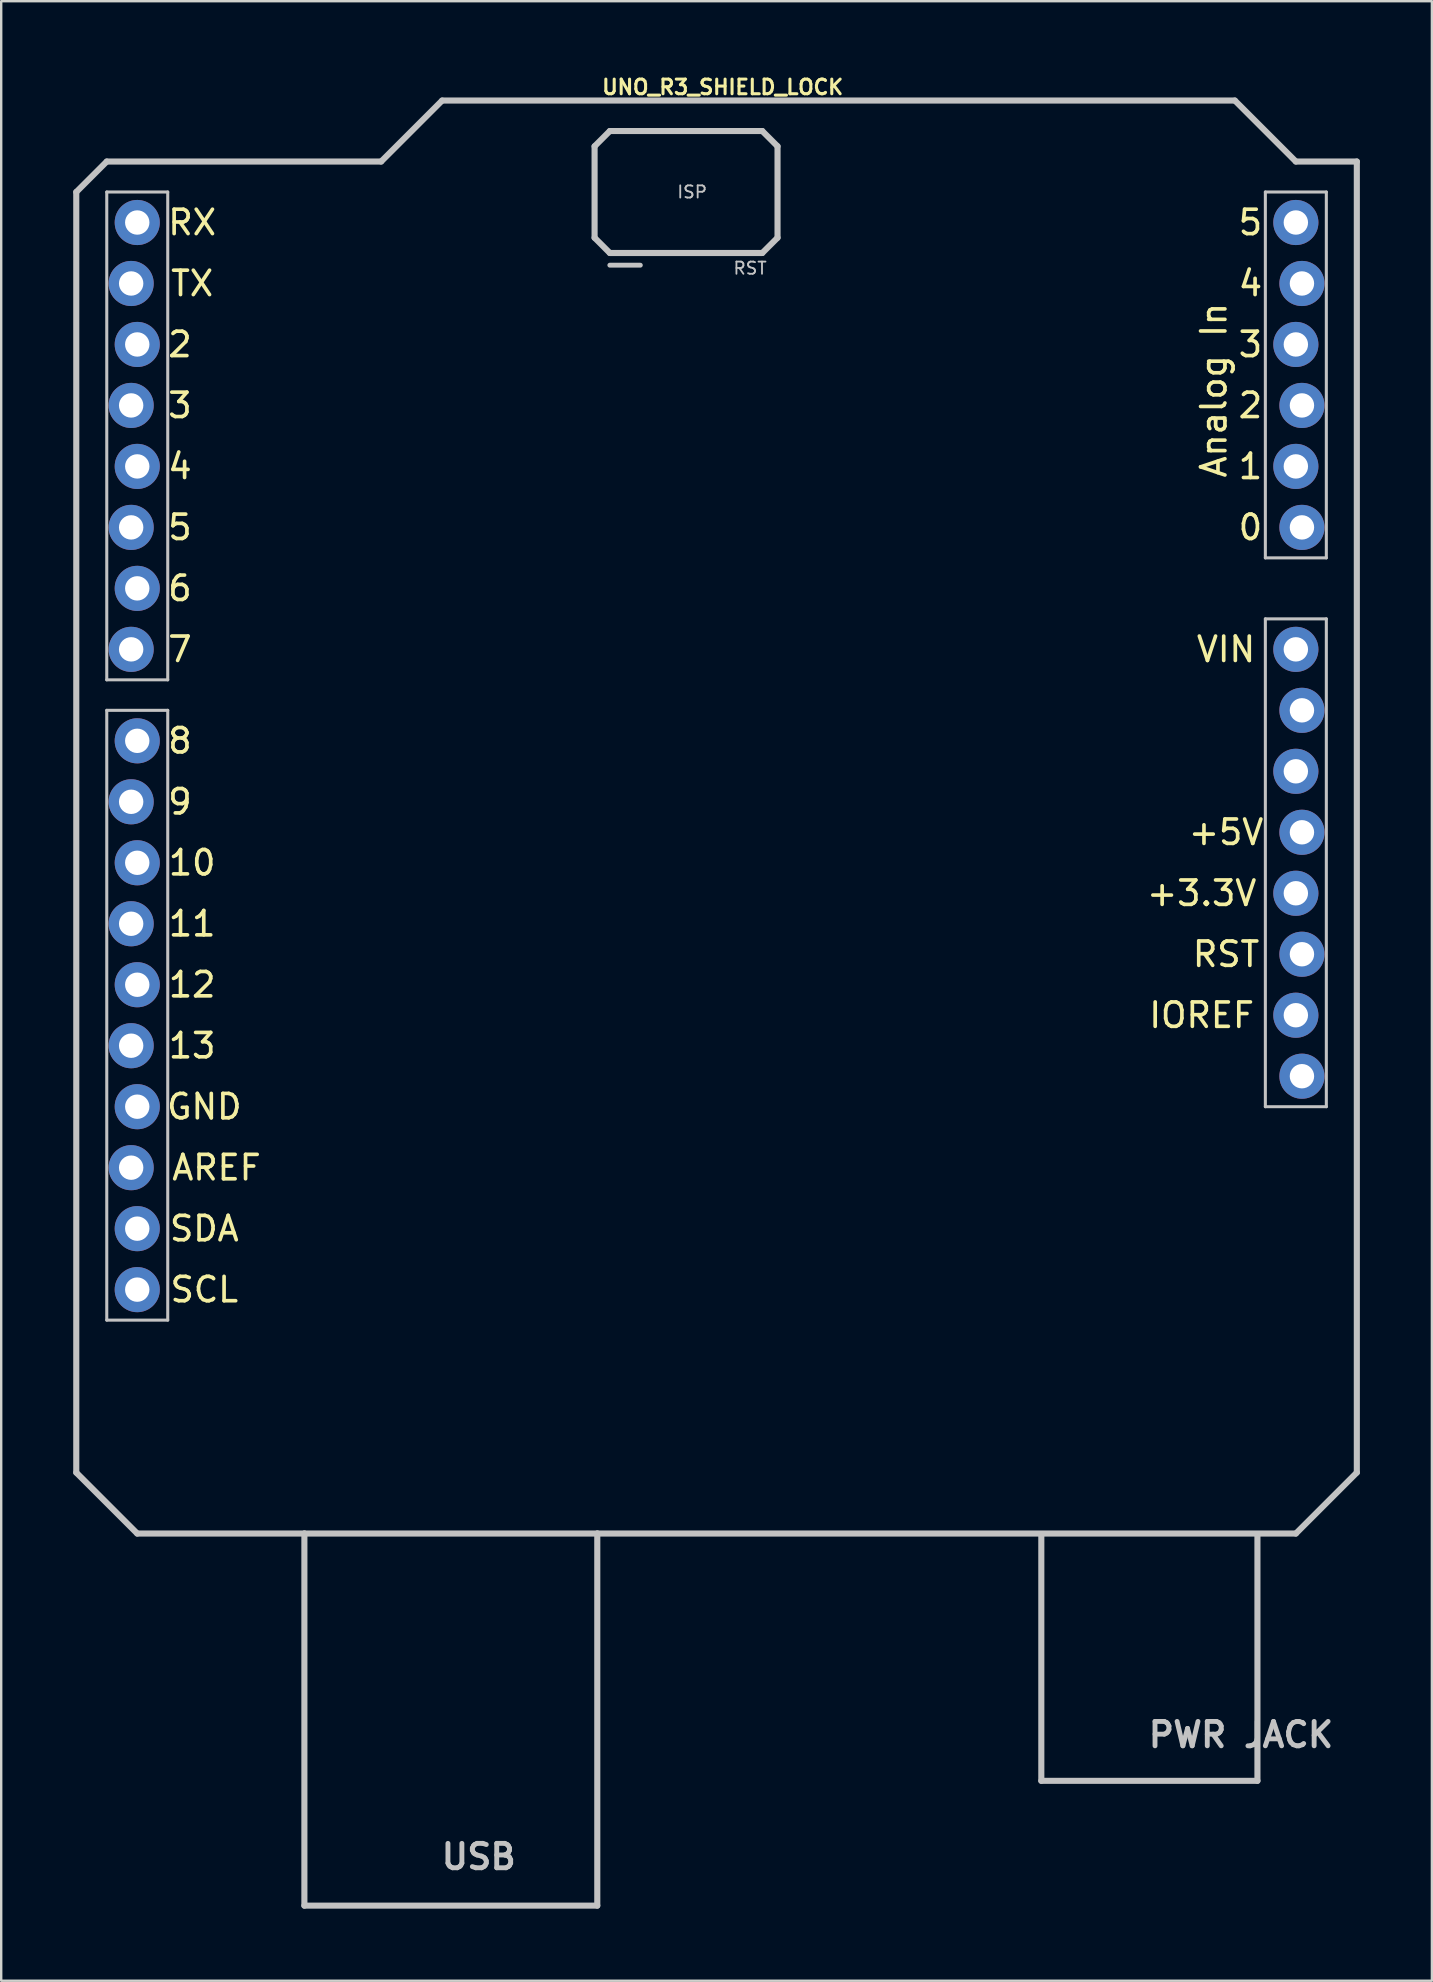
<source format=kicad_pcb>
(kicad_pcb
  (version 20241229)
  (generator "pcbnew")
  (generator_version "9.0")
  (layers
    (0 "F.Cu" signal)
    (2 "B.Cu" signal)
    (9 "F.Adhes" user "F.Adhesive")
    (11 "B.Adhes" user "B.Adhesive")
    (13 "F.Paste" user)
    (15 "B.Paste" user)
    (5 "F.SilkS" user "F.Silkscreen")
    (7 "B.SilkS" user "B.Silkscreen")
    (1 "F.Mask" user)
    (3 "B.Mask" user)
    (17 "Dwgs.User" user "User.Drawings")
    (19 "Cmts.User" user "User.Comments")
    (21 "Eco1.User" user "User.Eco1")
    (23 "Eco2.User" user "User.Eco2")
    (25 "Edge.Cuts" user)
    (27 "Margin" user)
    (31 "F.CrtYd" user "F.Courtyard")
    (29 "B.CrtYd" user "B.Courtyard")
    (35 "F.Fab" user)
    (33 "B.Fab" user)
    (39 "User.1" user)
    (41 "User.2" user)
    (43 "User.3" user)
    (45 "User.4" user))
  (footprint "UNO_R3_SHIELD_LOCK"
    (layer "F.Cu")
    (at 26.797 30.348)
    (property "Reference" "UNO_R3_SHIELD_LOCK" (at 0.254 -29.769 0) (layer "F.SilkS") (effects (font (size 0.61 0.61) (thickness 0.127))))
    (attr exclude_from_pos_files exclude_from_bom)
    (fp_line (start -26.67 -25.4) (end -26.67 27.94) (stroke (width 0.254) (type solid)) (layer "Dwgs.User"))
    (fp_line (start -26.67 27.94) (end -24.13 30.48) (stroke (width 0.254) (type solid)) (layer "Dwgs.User"))
    (fp_line (start -25.4 -26.67) (end -26.67 -25.4) (stroke (width 0.254) (type solid)) (layer "Dwgs.User"))
    (fp_line (start -25.4 -25.4) (end -22.86 -25.4) (stroke (width 0.127) (type solid)) (layer "Dwgs.User"))
    (fp_line (start -25.4 -5.08) (end -25.4 -25.4) (stroke (width 0.127) (type solid)) (layer "Dwgs.User"))
    (fp_line (start -25.4 -3.81) (end -22.86 -3.81) (stroke (width 0.127) (type solid)) (layer "Dwgs.User"))
    (fp_line (start -25.4 21.59) (end -25.4 -3.81) (stroke (width 0.127) (type solid)) (layer "Dwgs.User"))
    (fp_line (start -24.13 30.48) (end -17.168 30.48) (stroke (width 0.254) (type solid)) (layer "Dwgs.User"))
    (fp_line (start -22.86 -25.4) (end -22.86 -5.08) (stroke (width 0.127) (type solid)) (layer "Dwgs.User"))
    (fp_line (start -22.86 -5.08) (end -25.4 -5.08) (stroke (width 0.127) (type solid)) (layer "Dwgs.User"))
    (fp_line (start -22.86 -3.81) (end -22.86 21.59) (stroke (width 0.127) (type solid)) (layer "Dwgs.User"))
    (fp_line (start -22.86 21.59) (end -25.4 21.59) (stroke (width 0.127) (type solid)) (layer "Dwgs.User"))
    (fp_line (start -17.168 30.48) (end -4.968 30.48) (stroke (width 0.254) (type solid)) (layer "Dwgs.User"))
    (fp_line (start -17.168 45.979) (end -17.168 30.48) (stroke (width 0.254) (type solid)) (layer "Dwgs.User"))
    (fp_line (start -17.168 45.979) (end -4.968 45.979) (stroke (width 0.254) (type solid)) (layer "Dwgs.User"))
    (fp_line (start -13.97 -26.67) (end -25.4 -26.67) (stroke (width 0.254) (type solid)) (layer "Dwgs.User"))
    (fp_line (start -11.43 -29.21) (end -13.97 -26.67) (stroke (width 0.254) (type solid)) (layer "Dwgs.User"))
    (fp_line (start -5.08 -27.305) (end -4.445 -27.94) (stroke (width 0.254) (type solid)) (layer "Dwgs.User"))
    (fp_line (start -5.08 -23.495) (end -5.08 -27.305) (stroke (width 0.254) (type solid)) (layer "Dwgs.User"))
    (fp_line (start -4.968 30.48) (end 24.13 30.48) (stroke (width 0.254) (type solid)) (layer "Dwgs.User"))
    (fp_line (start -4.968 45.979) (end -4.968 30.48) (stroke (width 0.254) (type solid)) (layer "Dwgs.User"))
    (fp_line (start -4.445 -27.94) (end 1.905 -27.94) (stroke (width 0.254) (type solid)) (layer "Dwgs.User"))
    (fp_line (start -4.445 -22.86) (end -5.08 -23.495) (stroke (width 0.254) (type solid)) (layer "Dwgs.User"))
    (fp_line (start -3.175 -22.352) (end -4.445 -22.352) (stroke (width 0.203) (type solid)) (layer "Dwgs.User"))
    (fp_line (start 1.905 -27.94) (end 2.54 -27.305) (stroke (width 0.254) (type solid)) (layer "Dwgs.User"))
    (fp_line (start 1.905 -22.86) (end -4.445 -22.86) (stroke (width 0.254) (type solid)) (layer "Dwgs.User"))
    (fp_line (start 2.54 -27.305) (end 2.54 -23.495) (stroke (width 0.254) (type solid)) (layer "Dwgs.User"))
    (fp_line (start 2.54 -23.495) (end 1.905 -22.86) (stroke (width 0.254) (type solid)) (layer "Dwgs.User"))
    (fp_line (start 13.528 40.78) (end 13.528 30.579) (stroke (width 0.254) (type solid)) (layer "Dwgs.User"))
    (fp_line (start 13.528 40.78) (end 22.53 40.78) (stroke (width 0.254) (type solid)) (layer "Dwgs.User"))
    (fp_line (start 21.59 -29.21) (end -11.43 -29.21) (stroke (width 0.254) (type solid)) (layer "Dwgs.User"))
    (fp_line (start 22.53 40.78) (end 22.53 30.579) (stroke (width 0.254) (type solid)) (layer "Dwgs.User"))
    (fp_line (start 22.86 -25.4) (end 25.4 -25.4) (stroke (width 0.127) (type solid)) (layer "Dwgs.User"))
    (fp_line (start 22.86 -10.16) (end 22.86 -25.4) (stroke (width 0.127) (type solid)) (layer "Dwgs.User"))
    (fp_line (start 22.86 -7.62) (end 22.86 12.7) (stroke (width 0.127) (type solid)) (layer "Dwgs.User"))
    (fp_line (start 22.86 12.7) (end 25.4 12.7) (stroke (width 0.127) (type solid)) (layer "Dwgs.User"))
    (fp_line (start 24.13 -26.67) (end 21.59 -29.21) (stroke (width 0.254) (type solid)) (layer "Dwgs.User"))
    (fp_line (start 24.13 30.48) (end 26.67 27.94) (stroke (width 0.254) (type solid)) (layer "Dwgs.User"))
    (fp_line (start 25.4 -25.4) (end 25.4 -10.16) (stroke (width 0.127) (type solid)) (layer "Dwgs.User"))
    (fp_line (start 25.4 -10.16) (end 22.86 -10.16) (stroke (width 0.127) (type solid)) (layer "Dwgs.User"))
    (fp_line (start 25.4 -7.62) (end 22.86 -7.62) (stroke (width 0.127) (type solid)) (layer "Dwgs.User"))
    (fp_line (start 25.4 12.7) (end 25.4 -7.62) (stroke (width 0.127) (type solid)) (layer "Dwgs.User"))
    (fp_line (start 26.67 -26.67) (end 24.13 -26.67) (stroke (width 0.254) (type solid)) (layer "Dwgs.User"))
    (fp_line (start 26.67 27.94) (end 26.67 -26.67) (stroke (width 0.254) (type solid)) (layer "Dwgs.User"))
    (fp_text user "13" (at -21.844 10.16 0) (layer "F.SilkS") (effects (font (size 1.016 1.016) (thickness 0.152))))
    (fp_text user "12" (at -21.844 7.62 0) (layer "F.SilkS") (effects (font (size 1.016 1.016) (thickness 0.152))))
    (fp_text user "9" (at -22.352 0 0) (layer "F.SilkS") (effects (font (size 1.016 1.016) (thickness 0.152))))
    (fp_text user "1" (at 22.238 -13.97 180) (layer "F.SilkS") (effects (font (size 1.016 1.016) (thickness 0.152))))
    (fp_text user "4" (at 22.238 -21.59 180) (layer "F.SilkS") (effects (font (size 1.016 1.016) (thickness 0.152))))
    (fp_text user "GND" (at -21.336 12.7 0) (layer "F.SilkS") (effects (font (size 1.016 1.016) (thickness 0.152))))
    (fp_text user "+3.3V" (at 20.206 3.81 180) (layer "F.SilkS") (effects (font (size 1.016 1.016) (thickness 0.152))))
    (fp_text user "4" (at -22.352 -13.97 0) (layer "F.SilkS") (effects (font (size 1.016 1.016) (thickness 0.152))))
    (fp_text user "11" (at -21.844 5.08 0) (layer "F.SilkS") (effects (font (size 1.016 1.016) (thickness 0.152))))
    (fp_text user "2" (at -22.352 -19.05 0) (layer "F.SilkS") (effects (font (size 1.016 1.016) (thickness 0.152))))
    (fp_text user "5" (at -22.352 -11.43 0) (layer "F.SilkS") (effects (font (size 1.016 1.016) (thickness 0.152))))
    (fp_text user "AREF" (at -20.828 15.24 0) (layer "F.SilkS") (effects (font (size 1.016 1.016) (thickness 0.152))))
    (fp_text user "6" (at -22.352 -8.89 0) (layer "F.SilkS") (effects (font (size 1.016 1.016) (thickness 0.152))))
    (fp_text user "10" (at -21.844 2.54 0) (layer "F.SilkS") (effects (font (size 1.016 1.016) (thickness 0.152))))
    (fp_text user "8" (at -22.352 -2.54 0) (layer "F.SilkS") (effects (font (size 1.016 1.016) (thickness 0.152))))
    (fp_text user "5" (at 22.238 -24.13 180) (layer "F.SilkS") (effects (font (size 1.016 1.016) (thickness 0.152))))
    (fp_text user "3" (at -22.352 -16.51 0) (layer "F.SilkS") (effects (font (size 1.016 1.016) (thickness 0.152))))
    (fp_text user "2" (at 22.238 -16.51 180) (layer "F.SilkS") (effects (font (size 1.016 1.016) (thickness 0.152))))
    (fp_text user "TX" (at -21.844 -21.59 0) (layer "F.SilkS") (effects (font (size 1.016 1.016) (thickness 0.152))))
    (fp_text user "IOREF" (at 20.206 8.89 180) (layer "F.SilkS") (effects (font (size 1.016 1.016) (thickness 0.152))))
    (fp_text user "SDA" (at -21.336 17.78 0) (layer "F.SilkS") (effects (font (size 1.016 1.016) (thickness 0.152))))
    (fp_text user "SCL" (at -21.336 20.32 0) (layer "F.SilkS") (effects (font (size 1.016 1.016) (thickness 0.152))))
    (fp_text user "0" (at 22.238 -11.43 180) (layer "F.SilkS") (effects (font (size 1.016 1.016) (thickness 0.152))))
    (fp_text user "3" (at 22.238 -19.05 180) (layer "F.SilkS") (effects (font (size 1.016 1.016) (thickness 0.152))))
    (fp_text user "Analog In" (at 20.714 -17.145 270) (layer "F.SilkS") (effects (font (size 1.016 1.016) (thickness 0.152))))
    (fp_text user "RST" (at 21.222 6.35 180) (layer "F.SilkS") (effects (font (size 1.016 1.016) (thickness 0.152))))
    (fp_text user "VIN" (at 21.222 -6.35 180) (layer "F.SilkS") (effects (font (size 1.016 1.016) (thickness 0.152))))
    (fp_text user "RX" (at -21.844 -24.13 0) (layer "F.SilkS") (effects (font (size 1.016 1.016) (thickness 0.152))))
    (fp_text user "+5V" (at 21.222 1.27 180) (layer "F.SilkS") (effects (font (size 1.016 1.016) (thickness 0.152))))
    (fp_text user "7" (at -22.352 -6.35 0) (layer "F.SilkS") (effects (font (size 1.016 1.016) (thickness 0.152))))
    (fp_text user "PWR JACK" (at 21.844 38.862 0) (layer "Dwgs.User") (effects (font (size 1.016 1.016) (thickness 0.203))))
    (fp_text user "ISP" (at -1.016 -25.4 0) (layer "Dwgs.User") (effects (font (size 0.508 0.508) (thickness 0.076))))
    (fp_text user "USB" (at -9.906 43.942 0) (layer "Dwgs.User") (effects (font (size 1.016 1.016) (thickness 0.203))))
    (fp_text user "RST" (at 1.397 -22.225 0) (layer "Dwgs.User") (effects (font (size 0.508 0.508) (thickness 0.076))))
    (pad "3.3V" thru_hole circle (at 24.13 3.81) (size 1.88 1.88) (drill 1.016) (layers "*.Cu" "*.Paste" "*.Mask"))
    (pad "5V" thru_hole circle (at 24.384 1.27) (size 1.88 1.88) (drill 1.016) (layers "*.Cu" "*.Paste" "*.Mask"))
    (pad "A0" thru_hole circle (at 24.384 -11.43) (size 1.88 1.88) (drill 1.016) (layers "*.Cu" "*.Paste" "*.Mask"))
    (pad "A1" thru_hole circle (at 24.13 -13.97) (size 1.88 1.88) (drill 1.016) (layers "*.Cu" "*.Paste" "*.Mask"))
    (pad "A2" thru_hole circle (at 24.384 -16.51) (size 1.88 1.88) (drill 1.016) (layers "*.Cu" "*.Paste" "*.Mask"))
    (pad "A3" thru_hole circle (at 24.13 -19.05) (size 1.88 1.88) (drill 1.016) (layers "*.Cu" "*.Paste" "*.Mask"))
    (pad "A4" thru_hole circle (at 24.384 -21.59) (size 1.88 1.88) (drill 1.016) (layers "*.Cu" "*.Paste" "*.Mask"))
    (pad "A5" thru_hole circle (at 24.13 -24.13) (size 1.88 1.88) (drill 1.016) (layers "*.Cu" "*.Paste" "*.Mask"))
    (pad "AREF" thru_hole circle (at -24.384 15.24) (size 1.88 1.88) (drill 1.016) (layers "*.Cu" "*.Paste" "*.Mask"))
    (pad "D2" thru_hole circle (at -24.13 -19.05) (size 1.88 1.88) (drill 1.016) (layers "*.Cu" "*.Paste" "*.Mask"))
    (pad "D3" thru_hole circle (at -24.384 -16.51) (size 1.88 1.88) (drill 1.016) (layers "*.Cu" "*.Paste" "*.Mask"))
    (pad "D4" thru_hole circle (at -24.13 -13.97) (size 1.88 1.88) (drill 1.016) (layers "*.Cu" "*.Paste" "*.Mask"))
    (pad "D5" thru_hole circle (at -24.384 -11.43) (size 1.88 1.88) (drill 1.016) (layers "*.Cu" "*.Paste" "*.Mask"))
    (pad "D6" thru_hole circle (at -24.13 -8.89) (size 1.88 1.88) (drill 1.016) (layers "*.Cu" "*.Paste" "*.Mask"))
    (pad "D7" thru_hole circle (at -24.384 -6.35) (size 1.88 1.88) (drill 1.016) (layers "*.Cu" "*.Paste" "*.Mask"))
    (pad "D8" thru_hole circle (at -24.13 -2.54) (size 1.88 1.88) (drill 1.016) (layers "*.Cu" "*.Paste" "*.Mask"))
    (pad "D9" thru_hole circle (at -24.384 0) (size 1.88 1.88) (drill 1.016) (layers "*.Cu" "*.Paste" "*.Mask"))
    (pad "D10" thru_hole circle (at -24.13 2.54) (size 1.88 1.88) (drill 1.016) (layers "*.Cu" "*.Paste" "*.Mask"))
    (pad "D11" thru_hole circle (at -24.384 5.08) (size 1.88 1.88) (drill 1.016) (layers "*.Cu" "*.Paste" "*.Mask"))
    (pad "D12" thru_hole circle (at -24.13 7.62) (size 1.88 1.88) (drill 1.016) (layers "*.Cu" "*.Paste" "*.Mask"))
    (pad "D13" thru_hole circle (at -24.384 10.16) (size 1.88 1.88) (drill 1.016) (layers "*.Cu" "*.Paste" "*.Mask"))
    (pad "GND@" thru_hole circle (at -24.13 12.7) (size 1.88 1.88) (drill 1.016) (layers "*.Cu" "*.Paste" "*.Mask"))
    (pad "GND@" thru_hole circle (at 24.13 -1.27) (size 1.88 1.88) (drill 1.016) (layers "*.Cu" "*.Paste" "*.Mask"))
    (pad "GND@" thru_hole circle (at 24.384 -3.81) (size 1.88 1.88) (drill 1.016) (layers "*.Cu" "*.Paste" "*.Mask"))
    (pad "IORE" thru_hole circle (at 24.13 8.89) (size 1.88 1.88) (drill 1.016) (layers "*.Cu" "*.Paste" "*.Mask"))
    (pad "NC" thru_hole circle (at 24.384 11.43) (size 1.88 1.88) (drill 1.016) (layers "*.Cu" "*.Paste" "*.Mask"))
    (pad "RES" thru_hole circle (at 24.384 6.35) (size 1.88 1.88) (drill 1.016) (layers "*.Cu" "*.Paste" "*.Mask"))
    (pad "RX" thru_hole circle (at -24.13 -24.13) (size 1.88 1.88) (drill 1.016) (layers "*.Cu" "*.Paste" "*.Mask"))
    (pad "SCL" thru_hole circle (at -24.13 20.32) (size 1.88 1.88) (drill 1.016) (layers "*.Cu" "*.Paste" "*.Mask"))
    (pad "SDA" thru_hole circle (at -24.13 17.78) (size 1.88 1.88) (drill 1.016) (layers "*.Cu" "*.Paste" "*.Mask"))
    (pad "TX" thru_hole circle (at -24.384 -21.59) (size 1.88 1.88) (drill 1.016) (layers "*.Cu" "*.Paste" "*.Mask"))
    (pad "VIN" thru_hole circle (at 24.13 -6.35) (size 1.88 1.88) (drill 1.016) (layers "*.Cu" "*.Paste" "*.Mask")))
  (gr_rect
    (start -3 -3)
    (end 56.594 79.454)
    (stroke (width 0.1) (type default))
    (fill no)
    (layer "Edge.Cuts")))
</source>
